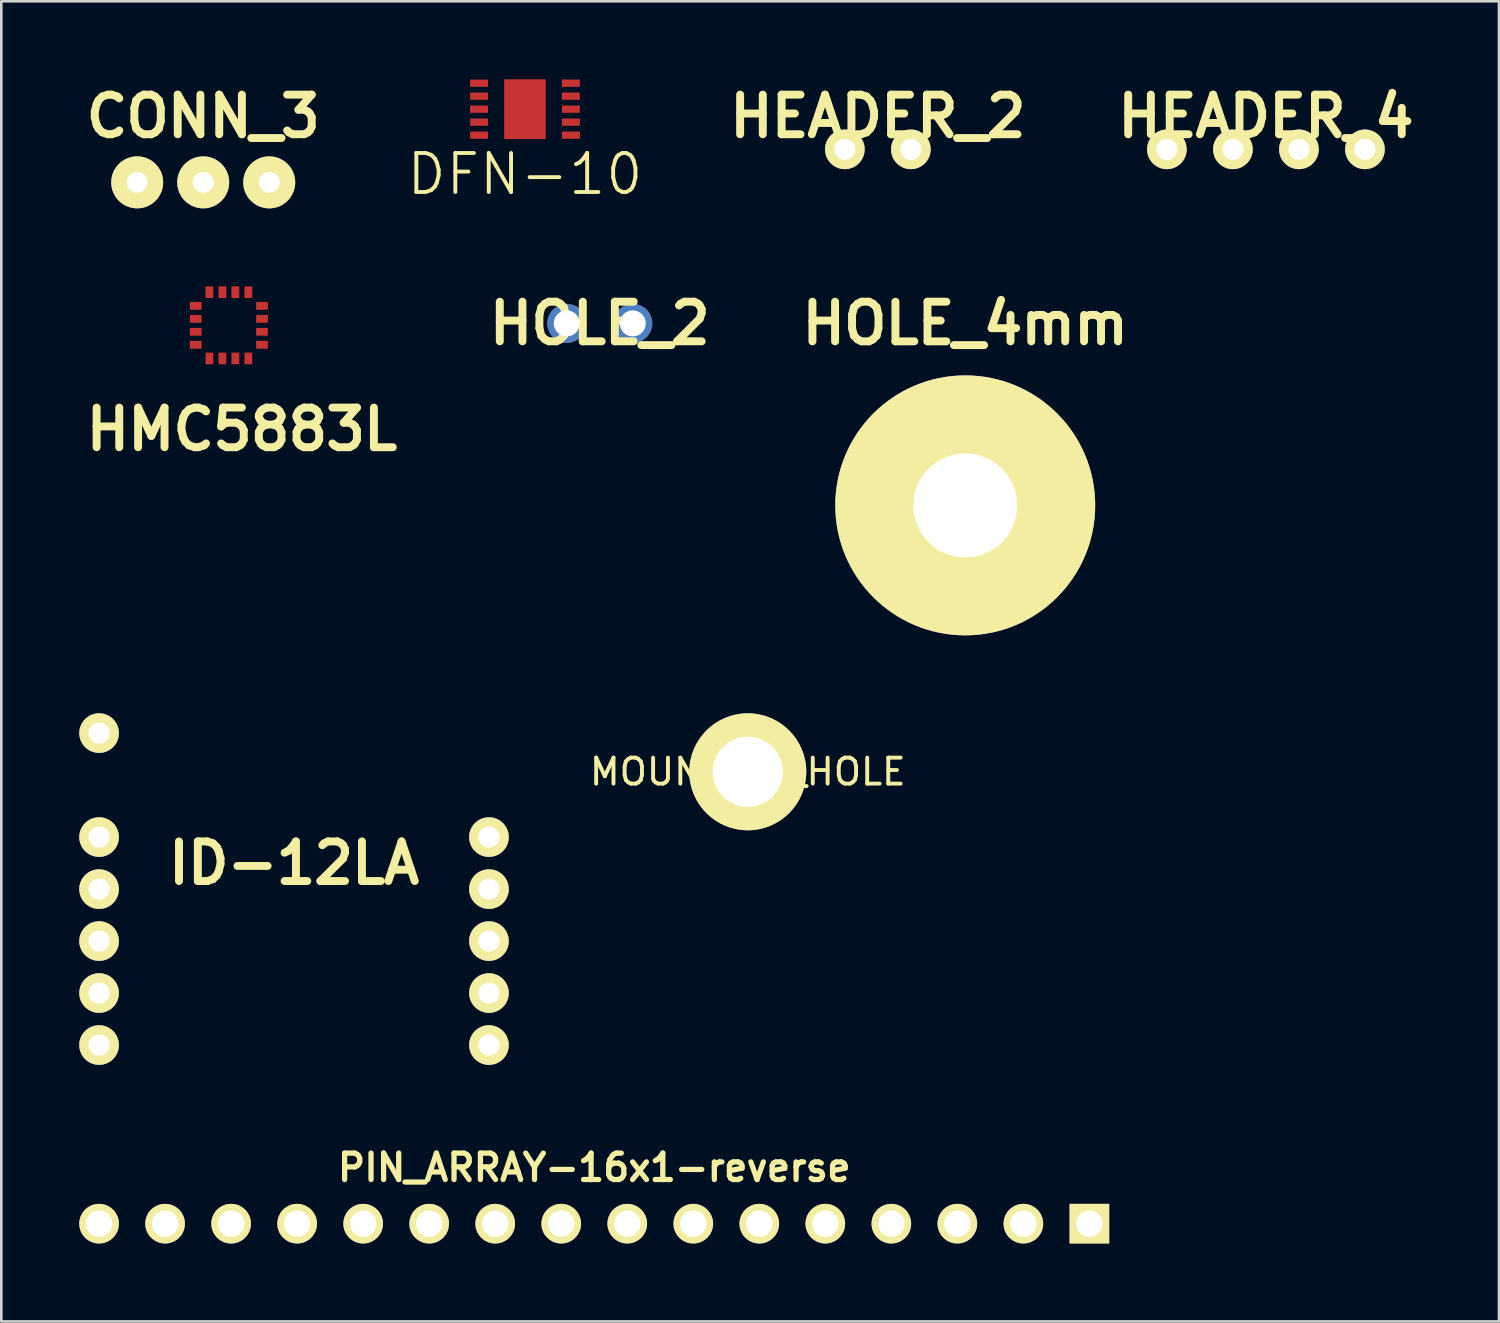
<source format=kicad_pcb>
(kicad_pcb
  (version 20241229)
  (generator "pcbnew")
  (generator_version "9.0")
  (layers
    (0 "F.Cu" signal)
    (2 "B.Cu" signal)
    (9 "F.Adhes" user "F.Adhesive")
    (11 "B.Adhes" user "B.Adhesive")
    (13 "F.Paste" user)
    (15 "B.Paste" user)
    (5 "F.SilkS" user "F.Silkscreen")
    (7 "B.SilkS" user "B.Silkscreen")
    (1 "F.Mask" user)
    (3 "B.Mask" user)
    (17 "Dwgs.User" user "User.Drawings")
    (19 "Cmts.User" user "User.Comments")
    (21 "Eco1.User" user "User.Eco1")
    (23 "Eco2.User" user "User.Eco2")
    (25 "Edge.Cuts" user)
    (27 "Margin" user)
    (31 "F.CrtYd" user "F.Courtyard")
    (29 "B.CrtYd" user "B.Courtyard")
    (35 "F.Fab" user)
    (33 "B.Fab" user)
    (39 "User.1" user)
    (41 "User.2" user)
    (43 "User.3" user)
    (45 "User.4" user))
  (footprint "HMC5883L"
    (layer "F.Cu")
    (at 5.755 9.466)
    (property "Reference" "HMC5883L" (at 0.5 4 0) (layer "F.SilkS") (effects (font (size 1.524 1.524) (thickness 0.305))))
    (attr through_hole)
    (pad "1" smd rect (at -1.275 -0.749) (size 0.45 0.3) (layers "F.Cu" "F.Mask" "F.Paste"))
    (pad "2" smd rect (at -1.275 -0.249) (size 0.45 0.3) (layers "F.Cu" "F.Mask" "F.Paste"))
    (pad "3" smd rect (at -1.275 0.249) (size 0.45 0.3) (layers "F.Cu" "F.Mask" "F.Paste"))
    (pad "4" smd rect (at -1.275 0.749) (size 0.45 0.3) (layers "F.Cu" "F.Mask" "F.Paste"))
    (pad "5" smd rect (at -0.749 1.275 90) (size 0.45 0.3) (layers "F.Cu" "F.Mask" "F.Paste"))
    (pad "6" smd rect (at -0.249 1.275 90) (size 0.45 0.3) (layers "F.Cu" "F.Mask" "F.Paste"))
    (pad "7" smd rect (at 0.249 1.275 90) (size 0.45 0.3) (layers "F.Cu" "F.Mask" "F.Paste"))
    (pad "8" smd rect (at 0.749 1.275 90) (size 0.45 0.3) (layers "F.Cu" "F.Mask" "F.Paste"))
    (pad "9" smd rect (at 1.275 0.749 180) (size 0.45 0.3) (layers "F.Cu" "F.Mask" "F.Paste"))
    (pad "10" smd rect (at 1.275 0.249 180) (size 0.45 0.3) (layers "F.Cu" "F.Mask" "F.Paste"))
    (pad "11" smd rect (at 1.275 -0.249 180) (size 0.45 0.3) (layers "F.Cu" "F.Mask" "F.Paste"))
    (pad "12" smd rect (at 1.275 -0.749 180) (size 0.45 0.3) (layers "F.Cu" "F.Mask" "F.Paste"))
    (pad "13" smd rect (at 0.749 -1.275 270) (size 0.45 0.3) (layers "F.Cu" "F.Mask" "F.Paste"))
    (pad "14" smd rect (at 0.249 -1.275 270) (size 0.45 0.3) (layers "F.Cu" "F.Mask" "F.Paste"))
    (pad "15" smd rect (at -0.249 -1.275 270) (size 0.45 0.3) (layers "F.Cu" "F.Mask" "F.Paste"))
    (pad "16" smd rect (at -0.749 -1.275 270) (size 0.45 0.3) (layers "F.Cu" "F.Mask" "F.Paste")))
  (footprint "HOLE_2"
    (layer "F.Cu")
    (at 20.025 9.392)
    (property "Reference" "HOLE_2" (at 0 0 0) (layer "F.SilkS") (effects (font (size 1.524 1.524) (thickness 0.305))))
    (attr through_hole)
    (pad "1" thru_hole circle (at -1.27 0) (size 1.501 1.501) (drill 1.001) (layers "*.Cu"))
    (pad "2" thru_hole circle (at 1.27 0) (size 1.501 1.501) (drill 1.001) (layers "*.Cu")))
  (footprint "ID-12LA"
    (layer "F.Cu")
    (at 8.263 31.157)
    (property "Reference" "ID-12LA" (at 0 -1.001 0) (layer "F.SilkS") (effects (font (size 1.524 1.524) (thickness 0.305))))
    (attr through_hole)
    (pad "1" thru_hole circle (at 7.498 -2.002) (size 1.524 1.524) (drill 0.813) (layers "*.Cu" "*.Mask" "F.SilkS"))
    (pad "2" thru_hole circle (at 7.498 0) (size 1.524 1.524) (drill 0.813) (layers "*.Cu" "*.Mask" "F.SilkS"))
    (pad "3" thru_hole circle (at 7.498 1.999) (size 1.524 1.524) (drill 0.813) (layers "*.Cu" "*.Mask" "F.SilkS"))
    (pad "4" thru_hole circle (at 7.498 3.998) (size 1.524 1.524) (drill 0.813) (layers "*.Cu" "*.Mask" "F.SilkS"))
    (pad "5" thru_hole circle (at 7.498 5.999) (size 1.524 1.524) (drill 0.813) (layers "*.Cu" "*.Mask" "F.SilkS"))
    (pad "6" thru_hole circle (at -7.501 5.999) (size 1.524 1.524) (drill 0.813) (layers "*.Cu" "*.Mask" "F.SilkS"))
    (pad "7" thru_hole circle (at -7.501 3.998) (size 1.524 1.524) (drill 0.813) (layers "*.Cu" "*.Mask" "F.SilkS"))
    (pad "8" thru_hole circle (at -7.501 1.999) (size 1.524 1.524) (drill 0.813) (layers "*.Cu" "*.Mask" "F.SilkS"))
    (pad "9" thru_hole circle (at -7.501 0) (size 1.524 1.524) (drill 0.813) (layers "*.Cu" "*.Mask" "F.SilkS"))
    (pad "10" thru_hole circle (at -7.501 -2.002) (size 1.524 1.524) (drill 0.813) (layers "*.Cu" "*.Mask" "F.SilkS"))
    (pad "11" thru_hole circle (at -7.501 -6.002) (size 1.524 1.524) (drill 0.813) (layers "*.Cu" "*.Mask" "F.SilkS")))
  (footprint "CONN_3"
    (layer "F.Cu")
    (at 4.768 3.966)
    (property "Reference" "CONN_3" (at 0 -2.54 0) (layer "F.SilkS") (effects (font (size 1.524 1.524) (thickness 0.305))))
    (attr through_hole)
    (pad "1" thru_hole circle (at -2.54 0) (size 1.999 1.999) (drill 0.8) (layers "*.Cu" "*.Mask" "F.SilkS"))
    (pad "2" thru_hole circle (at 0 0) (size 1.999 1.999) (drill 0.8) (layers "*.Cu" "*.Mask" "F.SilkS"))
    (pad "3" thru_hole circle (at 2.54 0) (size 1.999 1.999) (drill 0.8) (layers "*.Cu" "*.Mask" "F.SilkS")))
  (footprint "HEADER_4"
    (layer "F.Cu")
    (at 45.653 2.696)
    (property "Reference" "HEADER_4" (at 0 -1.27 0) (layer "F.SilkS") (effects (font (size 1.524 1.524) (thickness 0.305))))
    (attr through_hole)
    (pad "1" thru_hole circle (at -3.81 0) (size 1.524 1.524) (drill 0.813) (layers "*.Cu" "*.Mask" "F.SilkS"))
    (pad "2" thru_hole circle (at -1.27 0) (size 1.524 1.524) (drill 0.813) (layers "*.Cu" "*.Mask" "F.SilkS"))
    (pad "3" thru_hole circle (at 1.27 0) (size 1.524 1.524) (drill 0.813) (layers "*.Cu" "*.Mask" "F.SilkS"))
    (pad "4" thru_hole circle (at 3.81 0) (size 1.524 1.524) (drill 0.813) (layers "*.Cu" "*.Mask" "F.SilkS")))
  (footprint "HEADER_2"
    (layer "F.Cu")
    (at 30.723 2.696)
    (property "Reference" "HEADER_2" (at 0 -1.27 0) (layer "F.SilkS") (effects (font (size 1.524 1.524) (thickness 0.305))))
    (attr through_hole)
    (pad "1" thru_hole circle (at -1.27 0) (size 1.524 1.524) (drill 0.813) (layers "*.Cu" "*.Mask" "F.SilkS"))
    (pad "2" thru_hole circle (at 1.27 0) (size 1.524 1.524) (drill 0.813) (layers "*.Cu" "*.Mask" "F.SilkS")))
  (footprint "HOLE_4mm"
    (layer "F.Cu")
    (at 34.085 16.393)
    (property "Reference" "HOLE_4mm" (at 0 -7 0) (layer "F.SilkS") (effects (font (size 1.524 1.524) (thickness 0.305))))
    (attr through_hole)
    (pad "1" thru_hole circle (at 0 0) (size 10 10) (drill 4) (layers "*.Cu" "*.Mask" "F.SilkS")))
  (footprint "PIN_ARRAY-16x1-reverse"
    (layer "F.Cu")
    (at 19.812 44.028)
    (property "Reference" "PIN_ARRAY-16x1-reverse" (at 0 -2.159 0) (layer "F.SilkS") (effects (font (size 1.016 1.016) (thickness 0.203))))
    (attr through_hole)
    (pad "1" thru_hole rect (at 19.05 0) (size 1.524 1.524) (drill 1.016) (layers "*.Cu" "*.Mask" "F.SilkS"))
    (pad "2" thru_hole circle (at 16.51 0) (size 1.524 1.524) (drill 1.016) (layers "*.Cu" "*.Mask" "F.SilkS"))
    (pad "3" thru_hole circle (at 13.97 0) (size 1.524 1.524) (drill 1.016) (layers "*.Cu" "*.Mask" "F.SilkS"))
    (pad "4" thru_hole circle (at 11.43 0) (size 1.524 1.524) (drill 1.016) (layers "*.Cu" "*.Mask" "F.SilkS"))
    (pad "5" thru_hole circle (at 8.89 0) (size 1.524 1.524) (drill 1.016) (layers "*.Cu" "*.Mask" "F.SilkS"))
    (pad "6" thru_hole circle (at 6.35 0) (size 1.524 1.524) (drill 1.016) (layers "*.Cu" "*.Mask" "F.SilkS"))
    (pad "7" thru_hole circle (at 3.81 0) (size 1.524 1.524) (drill 1.016) (layers "*.Cu" "*.Mask" "F.SilkS"))
    (pad "8" thru_hole circle (at 1.27 0) (size 1.524 1.524) (drill 1.016) (layers "*.Cu" "*.Mask" "F.SilkS"))
    (pad "9" thru_hole circle (at -1.27 0) (size 1.524 1.524) (drill 1.016) (layers "*.Cu" "*.Mask" "F.SilkS"))
    (pad "10" thru_hole circle (at -3.81 0) (size 1.524 1.524) (drill 1.016) (layers "*.Cu" "*.Mask" "F.SilkS"))
    (pad "11" thru_hole circle (at -6.35 0) (size 1.524 1.524) (drill 1.016) (layers "*.Cu" "*.Mask" "F.SilkS"))
    (pad "12" thru_hole circle (at -8.89 0) (size 1.524 1.524) (drill 1.016) (layers "*.Cu" "*.Mask" "F.SilkS"))
    (pad "13" thru_hole circle (at -11.43 0) (size 1.524 1.524) (drill 1.016) (layers "*.Cu" "*.Mask" "F.SilkS"))
    (pad "14" thru_hole circle (at -13.97 0) (size 1.524 1.524) (drill 1.016) (layers "*.Cu" "*.Mask" "F.SilkS"))
    (pad "15" thru_hole circle (at -16.51 0) (size 1.524 1.524) (drill 1.016) (layers "*.Cu" "*.Mask" "F.SilkS"))
    (pad "16" thru_hole circle (at -19.05 0) (size 1.524 1.524) (drill 1.016) (layers "*.Cu" "*.Mask" "F.SilkS")))
  (footprint "MOUNTING_HOLE"
    (layer "F.Cu")
    (at 25.719 26.643)
    (property "Reference" "MOUNTING_HOLE" (at 0 0 0) (layer "F.SilkS") (effects (font (size 1 1) (thickness 0.15))))
    (attr through_hole)
    (pad "1" thru_hole circle (at 0 0) (size 4.5 4.5) (drill 2.7) (layers "*.Cu" "*.Mask" "F.SilkS")))
  (footprint "DFN-10"
    (layer "F.Cu")
    (at 17.147 1.15)
    (property "Reference" "DFN-10" (at 0 2.5 0) (layer "F.SilkS") (effects (font (size 1.5 1.5) (thickness 0.15))))
    (attr through_hole)
    (pad "1" smd rect (at -1.765 -1) (size 0.69 0.28) (layers "F.Cu" "F.Mask" "F.Paste"))
    (pad "2" smd rect (at -1.765 -0.5) (size 0.69 0.28) (layers "F.Cu" "F.Mask" "F.Paste"))
    (pad "3" smd rect (at -1.765 0) (size 0.69 0.28) (layers "F.Cu" "F.Mask" "F.Paste"))
    (pad "4" smd rect (at -1.765 0.5) (size 0.69 0.28) (layers "F.Cu" "F.Mask" "F.Paste"))
    (pad "5" smd rect (at -1.765 1) (size 0.69 0.28) (layers "F.Cu" "F.Mask" "F.Paste"))
    (pad "6" smd rect (at 1.765 1) (size 0.69 0.28) (layers "F.Cu" "F.Mask" "F.Paste"))
    (pad "7" smd rect (at 1.765 0.5) (size 0.69 0.28) (layers "F.Cu" "F.Mask" "F.Paste"))
    (pad "8" smd rect (at 1.765 0) (size 0.69 0.28) (layers "F.Cu" "F.Mask" "F.Paste"))
    (pad "9" smd rect (at 1.765 -0.5) (size 0.69 0.28) (layers "F.Cu" "F.Mask" "F.Paste"))
    (pad "10" smd rect (at 1.765 -1) (size 0.69 0.28) (layers "F.Cu" "F.Mask" "F.Paste"))
    (pad "11" smd rect (at 0 0) (size 1.6 2.3) (layers "F.Cu" "F.Mask" "F.Paste")))
  (gr_rect
    (start -3 -3)
    (end 54.619 47.79)
    (stroke (width 0.1) (type default))
    (fill no)
    (layer "Edge.Cuts")))
</source>
